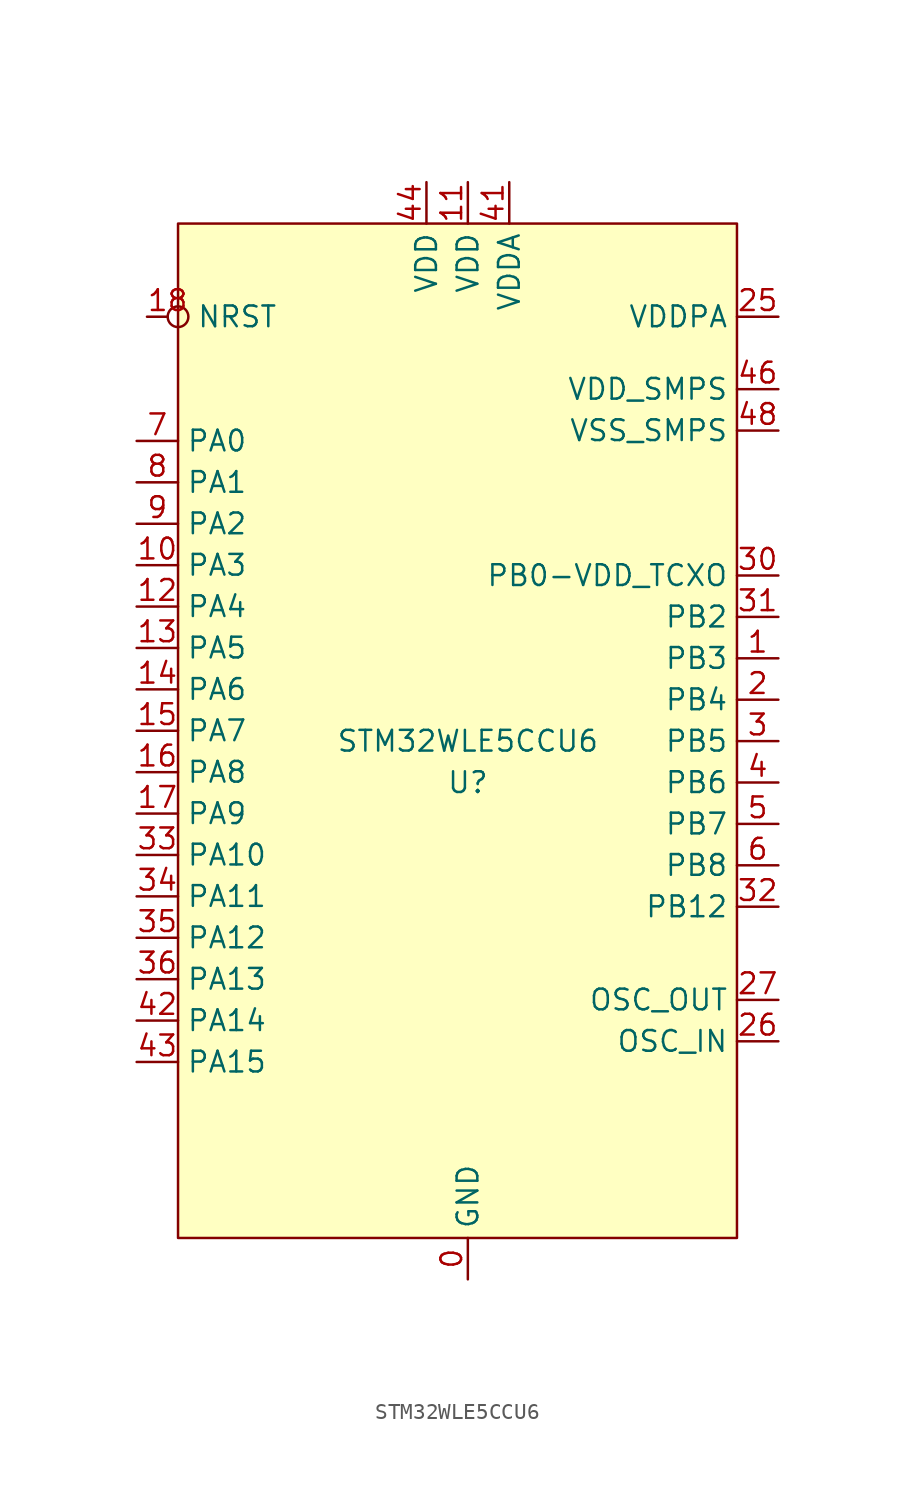
<source format=kicad_sym>
(kicad_symbol_lib
  (version 20211014)
  (generator kicad_symbol_editor)
  (symbol "STM32WLE5CCU6"
    (property "Reference" "U"
      (at 0 -3.81 0)
      (effects (font (size 1.27 1.27))))
    (property "Value" "STM32WLE5CCU6"
      (at 0 -1.27 0)
      (effects (font (size 1.27 1.27))))
    (symbol "STM32WLE5CCU6_0_1"
      (rectangle (start -17.78 30.48) (end 16.51 -31.75) (stroke (width 0) (type default) (color 0 0 0 0)) (fill (type background))))
    (symbol "STM32WLE5CCU6_1_1"
      (pin input line (at 0 -34.29 90) (length 2.54) (name "GND" (effects (font (size 1.27 1.27)))) (number "0" (effects (font (size 1.27 1.27)))))
      (pin input line (at 19.05 3.81 180) (length 2.54) (name "PB3" (effects (font (size 1.27 1.27)))) (number "1" (effects (font (size 1.27 1.27)))))
      (pin input line (at -20.32 9.525 0) (length 2.54) (name "PA3" (effects (font (size 1.27 1.27)))) (number "10" (effects (font (size 1.27 1.27)))))
      (pin input line (at 0 33.02 270) (length 2.54) (name "VDD" (effects (font (size 1.27 1.27)))) (number "11" (effects (font (size 1.27 1.27)))))
      (pin input line (at -20.32 6.985 0) (length 2.54) (name "PA4" (effects (font (size 1.27 1.27)))) (number "12" (effects (font (size 1.27 1.27)))))
      (pin input line (at -20.32 4.445 0) (length 2.54) (name "PA5" (effects (font (size 1.27 1.27)))) (number "13" (effects (font (size 1.27 1.27)))))
      (pin input line (at -20.32 1.905 0) (length 2.54) (name "PA6" (effects (font (size 1.27 1.27)))) (number "14" (effects (font (size 1.27 1.27)))))
      (pin input line (at -20.32 -0.635 0) (length 2.54) (name "PA7" (effects (font (size 1.27 1.27)))) (number "15" (effects (font (size 1.27 1.27)))))
      (pin input line (at -20.32 -3.175 0) (length 2.54) (name "PA8" (effects (font (size 1.27 1.27)))) (number "16" (effects (font (size 1.27 1.27)))))
      (pin input line (at -20.32 -5.715 0) (length 2.54) (name "PA9" (effects (font (size 1.27 1.27)))) (number "17" (effects (font (size 1.27 1.27)))))
      (pin input inverted (at -19.685 24.765 0) (length 2.54) (name "NRST" (effects (font (size 1.27 1.27)))) (number "18" (effects (font (size 1.27 1.27)))))
      (pin input line (at 19.05 1.27 180) (length 2.54) (name "PB4" (effects (font (size 1.27 1.27)))) (number "2" (effects (font (size 1.27 1.27)))))
      (pin input line (at 19.05 24.765 180) (length 2.54) (name "VDDPA" (effects (font (size 1.27 1.27)))) (number "25" (effects (font (size 1.27 1.27)))))
      (pin input line (at 19.05 -19.685 180) (length 2.54) (name "OSC_IN" (effects (font (size 1.27 1.27)))) (number "26" (effects (font (size 1.27 1.27)))))
      (pin output line (at 19.05 -17.145 180) (length 2.54) (name "OSC_OUT" (effects (font (size 1.27 1.27)))) (number "27" (effects (font (size 1.27 1.27)))))
      (pin input line (at 19.05 -1.27 180) (length 2.54) (name "PB5" (effects (font (size 1.27 1.27)))) (number "3" (effects (font (size 1.27 1.27)))))
      (pin input line (at 19.05 8.89 180) (length 2.54) (name "PB0-VDD_TCXO" (effects (font (size 1.27 1.27)))) (number "30" (effects (font (size 1.27 1.27)))))
      (pin input line (at 19.05 6.35 180) (length 2.54) (name "PB2" (effects (font (size 1.27 1.27)))) (number "31" (effects (font (size 1.27 1.27)))))
      (pin input line (at 19.05 -11.43 180) (length 2.54) (name "PB12" (effects (font (size 1.27 1.27)))) (number "32" (effects (font (size 1.27 1.27)))))
      (pin input line (at -20.32 -8.255 0) (length 2.54) (name "PA10" (effects (font (size 1.27 1.27)))) (number "33" (effects (font (size 1.27 1.27)))))
      (pin input line (at -20.32 -10.795 0) (length 2.54) (name "PA11" (effects (font (size 1.27 1.27)))) (number "34" (effects (font (size 1.27 1.27)))))
      (pin input line (at -20.32 -13.335 0) (length 2.54) (name "PA12" (effects (font (size 1.27 1.27)))) (number "35" (effects (font (size 1.27 1.27)))))
      (pin input line (at -20.32 -15.875 0) (length 2.54) (name "PA13" (effects (font (size 1.27 1.27)))) (number "36" (effects (font (size 1.27 1.27)))))
      (pin input line (at 19.05 -3.81 180) (length 2.54) (name "PB6" (effects (font (size 1.27 1.27)))) (number "4" (effects (font (size 1.27 1.27)))))
      (pin input line (at 2.54 33.02 270) (length 2.54) (name "VDDA" (effects (font (size 1.27 1.27)))) (number "41" (effects (font (size 1.27 1.27)))))
      (pin input line (at -20.32 -18.415 0) (length 2.54) (name "PA14" (effects (font (size 1.27 1.27)))) (number "42" (effects (font (size 1.27 1.27)))))
      (pin input line (at -20.32 -20.955 0) (length 2.54) (name "PA15" (effects (font (size 1.27 1.27)))) (number "43" (effects (font (size 1.27 1.27)))))
      (pin input line (at -2.54 33.02 270) (length 2.54) (name "VDD" (effects (font (size 1.27 1.27)))) (number "44" (effects (font (size 1.27 1.27)))))
      (pin input line (at 19.05 20.32 180) (length 2.54) (name "VDD_SMPS" (effects (font (size 1.27 1.27)))) (number "46" (effects (font (size 1.27 1.27)))))
      (pin input line (at 19.05 17.78 180) (length 2.54) (name "VSS_SMPS" (effects (font (size 1.27 1.27)))) (number "48" (effects (font (size 1.27 1.27)))))
      (pin input line (at 19.05 -6.35 180) (length 2.54) (name "PB7" (effects (font (size 1.27 1.27)))) (number "5" (effects (font (size 1.27 1.27)))))
      (pin input line (at 19.05 -8.89 180) (length 2.54) (name "PB8" (effects (font (size 1.27 1.27)))) (number "6" (effects (font (size 1.27 1.27)))))
      (pin input line (at -20.32 17.145 0) (length 2.54) (name "PA0" (effects (font (size 1.27 1.27)))) (number "7" (effects (font (size 1.27 1.27)))))
      (pin input line (at -20.32 14.605 0) (length 2.54) (name "PA1" (effects (font (size 1.27 1.27)))) (number "8" (effects (font (size 1.27 1.27)))))
      (pin input line (at -20.32 12.065 0) (length 2.54) (name "PA2" (effects (font (size 1.27 1.27)))) (number "9" (effects (font (size 1.27 1.27))))))))
</source>
